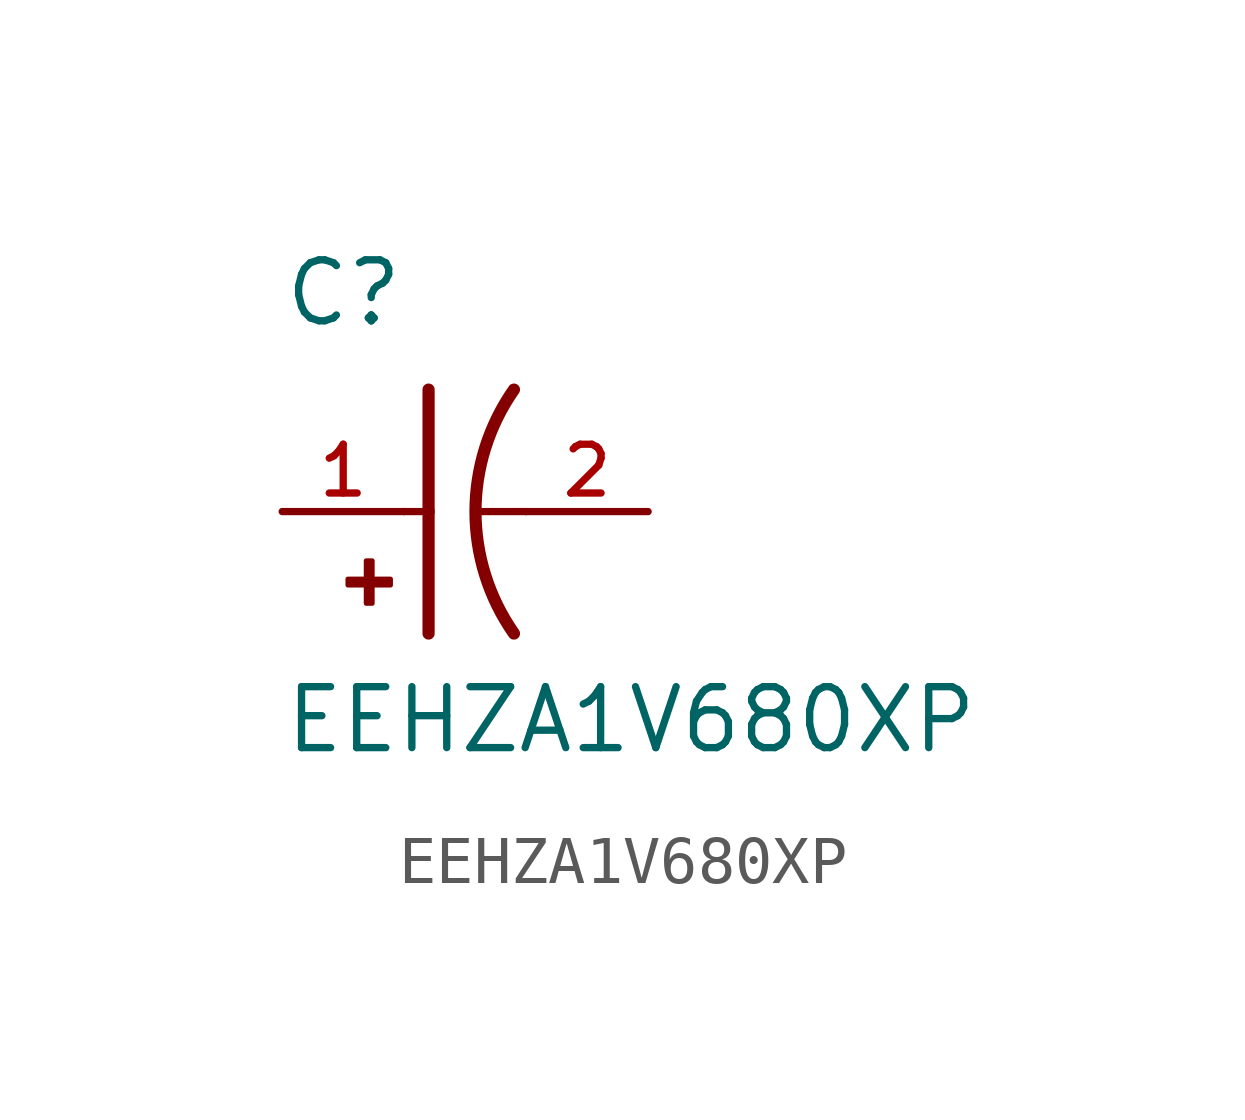
<source format=kicad_sym>
(kicad_symbol_lib
  (version 20211014)
  (generator kicad_symbol_editor)
  (symbol "EEHZA1V680XP"
    (pin_names
      (offset 1.016))
    (property "Reference" "C"
      (at -2.54 3.81 0)
      (effects (font (size 1.27 1.27)) (justify bottom left)))
    (property "Value" "EEHZA1V680XP"
      (at -2.54 -5.08 0)
      (effects (font (size 1.27 1.27)) (justify bottom left)))
    (symbol "EEHZA1V680XP_0_0"
      (arc (start 2.286 -2.54) (mid 1.4851 -0.0) (end 2.286 2.54) (stroke (width 0.254) (type default) (color 0 0 0 0)) (fill (type none)))
      (polyline (pts (xy 0.508 2.54) (xy 0.508 0.0)) (stroke (width 0.254)))
      (rectangle (start -1.173 -1.532) (end -0.284 -1.405) (stroke (width 0.1)) (fill (type outline)))
      (rectangle (start -0.792 -1.913) (end -0.665 -1.024) (stroke (width 0.1)) (fill (type outline)))
      (polyline (pts (xy 0.508 0.0) (xy 0.508 -2.54)) (stroke (width 0.254)))
      (polyline (pts (xy 0.0 0.0) (xy 0.508 0.0)) (stroke (width 0.152)))
      (polyline (pts (xy 2.54 0.0) (xy 1.524 0.0)) (stroke (width 0.152)))
      (pin passive line (at -2.54 0.0 0) (length 2.54) (name "~" (effects (font (size 1.016 1.016)))) (number "1" (effects (font (size 1.016 1.016)))))
      (pin passive line (at 5.08 0.0 180.0) (length 2.54) (name "~" (effects (font (size 1.016 1.016)))) (number "2" (effects (font (size 1.016 1.016))))))))
</source>
